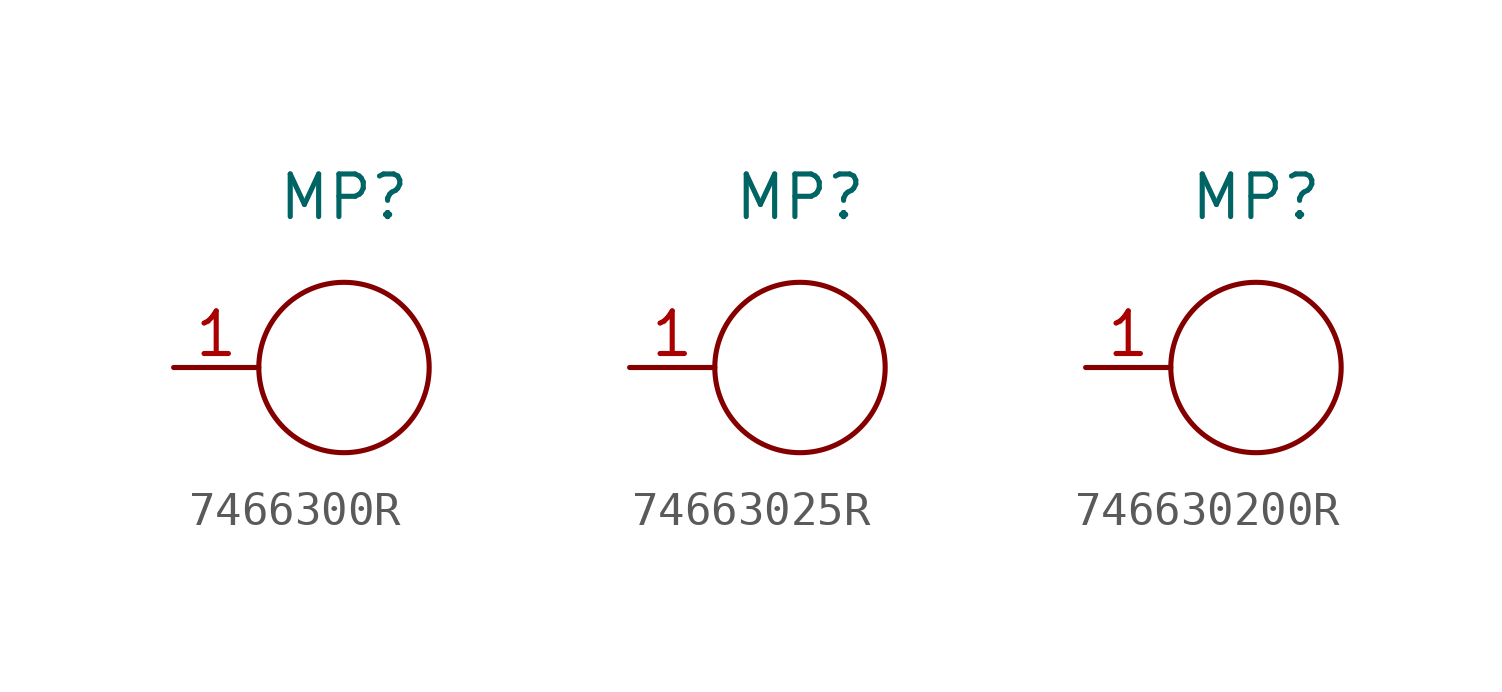
<source format=kicad_sym>
(kicad_symbol_lib
  (version 20220914)
  (generator kicad_symbol_editor)
  (symbol "7466300R"
    (pin_names hide)
    (property "Reference" "MP"
      (at 0 5.08 0)
      (effects (font (size 1.27 1.27))))
    (symbol "7466300R_0_1"
      (circle (center 0 0) (radius 2.54) (stroke (width 0) (type default)) (fill (type none))))
    (symbol "7466300R_1_1"
      (pin passive line (at -5.08 0 0) (length 2.54) (name "1" (effects (font (size 1.27 1.27)))) (number "1" (effects (font (size 1.27 1.27)))))))
  (symbol "74663025R"
    (pin_names hide)
    (property "Reference" "MP"
      (at 0 5.08 0)
      (effects (font (size 1.27 1.27))))
    (symbol "74663025R_0_1"
      (circle (center 0 0) (radius 2.54) (stroke (width 0) (type default)) (fill (type none))))
    (symbol "74663025R_1_1"
      (pin passive line (at -5.08 0 0) (length 2.54) (name "1" (effects (font (size 1.27 1.27)))) (number "1" (effects (font (size 1.27 1.27)))))))
  (symbol "746630200R"
    (pin_names hide)
    (property "Reference" "MP"
      (at 0 5.08 0)
      (effects (font (size 1.27 1.27))))
    (symbol "746630200R_0_1"
      (circle (center 0 0) (radius 2.54) (stroke (width 0) (type default)) (fill (type none))))
    (symbol "746630200R_1_1"
      (pin passive line (at -5.08 0 0) (length 2.54) (name "1" (effects (font (size 1.27 1.27)))) (number "1" (effects (font (size 1.27 1.27))))))))
</source>
